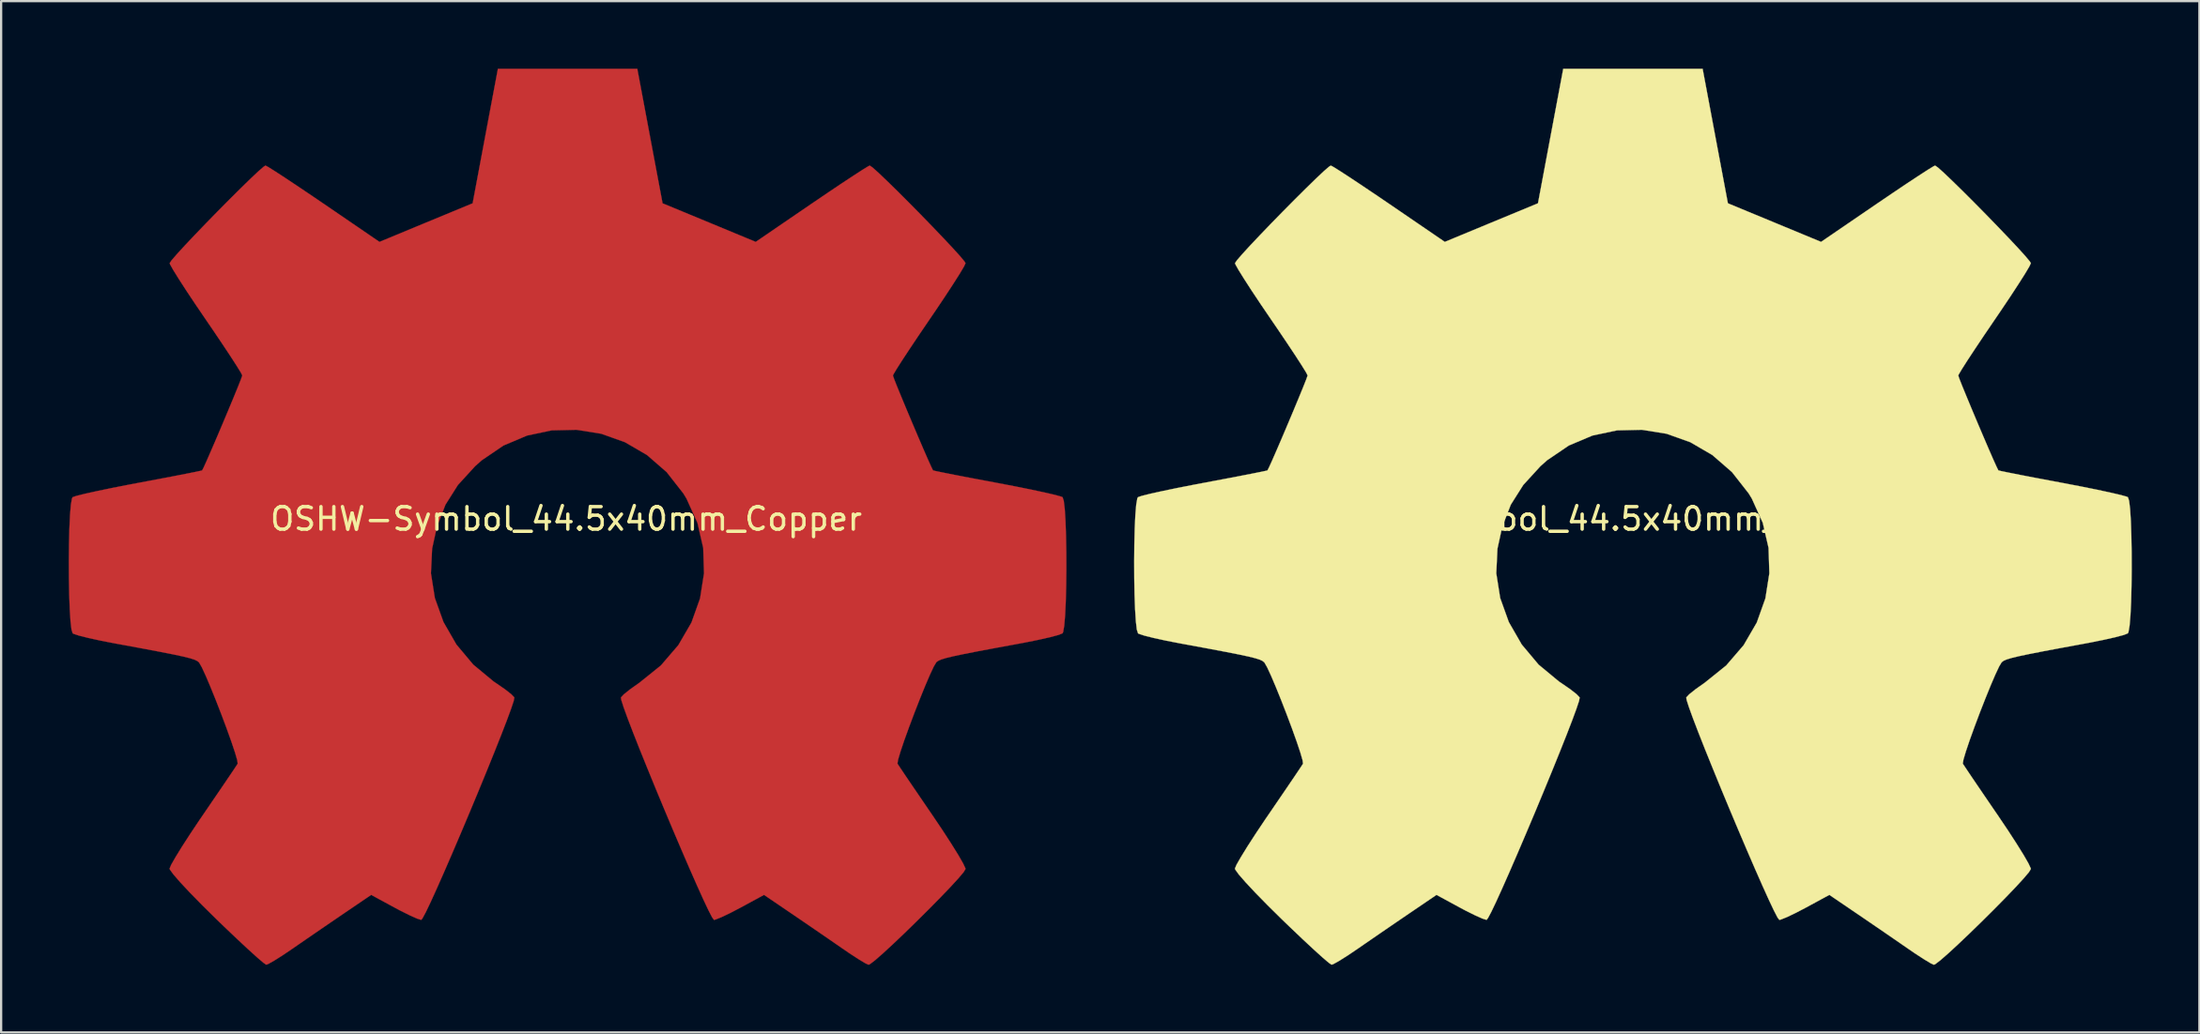
<source format=kicad_pcb>
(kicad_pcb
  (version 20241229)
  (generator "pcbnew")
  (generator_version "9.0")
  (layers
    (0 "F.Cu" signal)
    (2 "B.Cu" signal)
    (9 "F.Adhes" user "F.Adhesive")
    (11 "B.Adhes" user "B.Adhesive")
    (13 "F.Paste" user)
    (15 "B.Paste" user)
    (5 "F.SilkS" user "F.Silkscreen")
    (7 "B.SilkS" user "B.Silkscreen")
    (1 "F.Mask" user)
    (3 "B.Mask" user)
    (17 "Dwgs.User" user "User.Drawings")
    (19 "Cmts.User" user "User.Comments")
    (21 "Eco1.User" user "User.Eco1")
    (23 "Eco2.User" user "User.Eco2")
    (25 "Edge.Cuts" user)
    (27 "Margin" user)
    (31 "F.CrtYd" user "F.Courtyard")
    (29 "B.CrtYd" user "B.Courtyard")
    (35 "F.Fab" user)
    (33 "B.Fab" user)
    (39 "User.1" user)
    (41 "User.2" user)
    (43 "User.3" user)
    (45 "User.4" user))
  (footprint "OSHW-Symbol_44.5x40mm_Copper"
    (layer "F.Cu")
    (at 22.072 19.989)
    (property "Reference" "OSHW-Symbol_44.5x40mm_Copper" (at 0 0 0) (layer "F.SilkS") (effects (font (size 1 1) (thickness 0.15))))
    (attr exclude_from_pos_files exclude_from_bom allow_missing_courtyard)
    (fp_poly (pts (xy 3.714 -16.998) (xy 4.275 -14.012) (xy 6.342 -13.156) (xy 8.409 -12.299) (xy 10.888 -13.994) (xy 11.583 -14.466) (xy 12.21 -14.887) (xy 12.742 -15.238) (xy 13.148 -15.501) (xy 13.4 -15.655) (xy 13.469 -15.688) (xy 13.592 -15.603) (xy 13.857 -15.366) (xy 14.231 -15.009) (xy 14.688 -14.562) (xy 15.196 -14.054) (xy 15.726 -13.516) (xy 16.248 -12.978) (xy 16.733 -12.47) (xy 17.152 -12.023) (xy 17.475 -11.666) (xy 17.671 -11.431) (xy 17.718 -11.352) (xy 17.65 -11.207) (xy 17.461 -10.888) (xy 17.169 -10.428) (xy 16.796 -9.857) (xy 16.36 -9.207) (xy 16.107 -8.835) (xy 15.647 -8.158) (xy 15.238 -7.546) (xy 14.9 -7.032) (xy 14.653 -6.644) (xy 14.517 -6.413) (xy 14.497 -6.365) (xy 14.543 -6.227) (xy 14.669 -5.906) (xy 14.857 -5.448) (xy 15.086 -4.896) (xy 15.338 -4.296) (xy 15.594 -3.694) (xy 15.834 -3.134) (xy 16.04 -2.661) (xy 16.193 -2.322) (xy 16.273 -2.159) (xy 16.278 -2.153) (xy 16.403 -2.122) (xy 16.738 -2.053) (xy 17.247 -1.952) (xy 17.896 -1.827) (xy 18.65 -1.685) (xy 19.089 -1.602) (xy 19.895 -1.448) (xy 20.622 -1.302) (xy 21.235 -1.17) (xy 21.696 -1.063) (xy 21.969 -0.987) (xy 22.024 -0.963) (xy 22.077 -0.799) (xy 22.121 -0.43) (xy 22.154 0.101) (xy 22.176 0.752) (xy 22.189 1.479) (xy 22.191 2.239) (xy 22.183 2.989) (xy 22.165 3.686) (xy 22.136 4.286) (xy 22.097 4.747) (xy 22.049 5.025) (xy 22.02 5.082) (xy 21.845 5.152) (xy 21.475 5.251) (xy 20.958 5.368) (xy 20.344 5.492) (xy 20.13 5.532) (xy 19.097 5.722) (xy 18.28 5.875) (xy 17.654 5.998) (xy 17.191 6.095) (xy 16.864 6.174) (xy 16.646 6.24) (xy 16.511 6.299) (xy 16.431 6.358) (xy 16.42 6.37) (xy 16.308 6.557) (xy 16.137 6.922) (xy 15.924 7.419) (xy 15.687 8.005) (xy 15.441 8.634) (xy 15.206 9.261) (xy 14.996 9.843) (xy 14.831 10.334) (xy 14.726 10.689) (xy 14.698 10.865) (xy 14.7 10.871) (xy 14.794 11.014) (xy 15.005 11.33) (xy 15.313 11.785) (xy 15.695 12.346) (xy 16.128 12.981) (xy 16.252 13.162) (xy 16.692 13.816) (xy 17.079 14.413) (xy 17.393 14.918) (xy 17.611 15.298) (xy 17.713 15.517) (xy 17.718 15.544) (xy 17.632 15.686) (xy 17.395 15.966) (xy 17.037 16.356) (xy 16.588 16.824) (xy 16.08 17.34) (xy 15.542 17.875) (xy 15.005 18.398) (xy 14.5 18.879) (xy 14.057 19.288) (xy 13.706 19.595) (xy 13.479 19.769) (xy 13.416 19.797) (xy 13.27 19.73) (xy 12.97 19.549) (xy 12.566 19.286) (xy 12.255 19.073) (xy 11.692 18.684) (xy 11.024 18.225) (xy 10.355 17.767) (xy 9.995 17.522) (xy 8.777 16.694) (xy 7.755 17.249) (xy 7.289 17.493) (xy 6.893 17.682) (xy 6.625 17.79) (xy 6.557 17.805) (xy 6.475 17.694) (xy 6.313 17.381) (xy 6.083 16.894) (xy 5.798 16.263) (xy 5.469 15.516) (xy 5.109 14.682) (xy 4.729 13.79) (xy 4.342 12.869) (xy 3.96 11.949) (xy 3.595 11.056) (xy 3.258 10.222) (xy 2.963 9.474) (xy 2.721 8.841) (xy 2.544 8.353) (xy 2.444 8.038) (xy 2.428 7.93) (xy 2.555 7.792) (xy 2.834 7.568) (xy 3.206 7.305) (xy 3.237 7.284) (xy 4.199 6.51) (xy 4.974 5.608) (xy 5.556 4.606) (xy 5.939 3.532) (xy 6.115 2.416) (xy 6.079 1.286) (xy 5.822 0.172) (xy 5.339 -0.898) (xy 5.197 -1.132) (xy 4.457 -2.077) (xy 3.584 -2.836) (xy 2.607 -3.405) (xy 1.556 -3.78) (xy 0.462 -3.956) (xy -0.646 -3.931) (xy -1.736 -3.7) (xy -2.78 -3.259) (xy -3.745 -2.604) (xy -4.044 -2.338) (xy -4.804 -1.506) (xy -5.358 -0.63) (xy -5.738 0.351) (xy -5.95 1.324) (xy -6.002 2.417) (xy -5.828 3.515) (xy -5.445 4.582) (xy -4.871 5.58) (xy -4.123 6.472) (xy -3.22 7.221) (xy -3.102 7.3) (xy -2.726 7.559) (xy -2.44 7.783) (xy -2.303 7.926) (xy -2.301 7.93) (xy -2.33 8.085) (xy -2.447 8.436) (xy -2.638 8.955) (xy -2.892 9.612) (xy -3.197 10.379) (xy -3.54 11.227) (xy -3.91 12.127) (xy -4.294 13.05) (xy -4.681 13.967) (xy -5.058 14.85) (xy -5.413 15.669) (xy -5.734 16.396) (xy -6.009 17.001) (xy -6.226 17.456) (xy -6.374 17.732) (xy -6.433 17.805) (xy -6.614 17.748) (xy -6.952 17.597) (xy -7.39 17.378) (xy -7.631 17.249) (xy -8.653 16.694) (xy -9.871 17.522) (xy -10.493 17.946) (xy -11.174 18.413) (xy -11.812 18.852) (xy -12.131 19.073) (xy -12.581 19.377) (xy -12.961 19.617) (xy -13.223 19.764) (xy -13.308 19.795) (xy -13.432 19.711) (xy -13.706 19.477) (xy -14.104 19.117) (xy -14.599 18.656) (xy -15.165 18.117) (xy -15.522 17.772) (xy -16.148 17.154) (xy -16.689 16.601) (xy -17.123 16.137) (xy -17.428 15.786) (xy -17.583 15.571) (xy -17.598 15.527) (xy -17.529 15.361) (xy -17.338 15.026) (xy -17.048 14.554) (xy -16.678 13.981) (xy -16.25 13.34) (xy -16.128 13.162) (xy -15.684 12.512) (xy -15.286 11.928) (xy -14.956 11.441) (xy -14.716 11.084) (xy -14.589 10.891) (xy -14.576 10.871) (xy -14.595 10.717) (xy -14.693 10.378) (xy -14.853 9.899) (xy -15.058 9.325) (xy -15.292 8.7) (xy -15.537 8.069) (xy -15.776 7.477) (xy -15.992 6.968) (xy -16.168 6.588) (xy -16.287 6.38) (xy -16.296 6.37) (xy -16.368 6.31) (xy -16.491 6.251) (xy -16.691 6.187) (xy -16.995 6.111) (xy -17.43 6.018) (xy -18.024 5.901) (xy -18.802 5.754) (xy -19.792 5.571) (xy -20.006 5.532) (xy -20.641 5.409) (xy -21.195 5.288) (xy -21.619 5.182) (xy -21.863 5.101) (xy -21.896 5.082) (xy -21.95 4.916) (xy -21.993 4.545) (xy -22.027 4.012) (xy -22.051 3.36) (xy -22.064 2.632) (xy -22.067 1.872) (xy -22.06 1.122) (xy -22.043 0.427) (xy -22.015 -0.172) (xy -21.977 -0.631) (xy -21.929 -0.906) (xy -21.9 -0.963) (xy -21.738 -1.019) (xy -21.368 -1.112) (xy -20.828 -1.232) (xy -20.155 -1.372) (xy -19.385 -1.523) (xy -18.965 -1.602) (xy -18.169 -1.752) (xy -17.46 -1.887) (xy -16.871 -2.002) (xy -16.437 -2.089) (xy -16.194 -2.141) (xy -16.154 -2.153) (xy -16.086 -2.284) (xy -15.943 -2.6) (xy -15.744 -3.056) (xy -15.507 -3.606) (xy -15.253 -4.205) (xy -14.999 -4.809) (xy -14.765 -5.372) (xy -14.57 -5.848) (xy -14.433 -6.194) (xy -14.374 -6.363) (xy -14.373 -6.371) (xy -14.44 -6.504) (xy -14.63 -6.811) (xy -14.921 -7.262) (xy -15.295 -7.825) (xy -15.73 -8.47) (xy -15.983 -8.84) (xy -16.445 -9.52) (xy -16.855 -10.136) (xy -17.193 -10.66) (xy -17.44 -11.058) (xy -17.575 -11.299) (xy -17.594 -11.354) (xy -17.51 -11.48) (xy -17.278 -11.749) (xy -16.928 -12.132) (xy -16.489 -12.597) (xy -15.991 -13.116) (xy -15.464 -13.656) (xy -14.936 -14.189) (xy -14.438 -14.684) (xy -14 -15.111) (xy -13.651 -15.44) (xy -13.42 -15.64) (xy -13.342 -15.688) (xy -13.217 -15.621) (xy -12.916 -15.432) (xy -12.469 -15.141) (xy -11.906 -14.766) (xy -11.255 -14.328) (xy -10.764 -13.994) (xy -8.285 -12.299) (xy -6.218 -13.156) (xy -4.151 -14.012) (xy -3.591 -16.998) (xy -3.03 -19.984) (xy 3.154 -19.984) (xy 3.714 -16.998)) (stroke (width 0.01) (type solid)) (fill yes) (layer "F.Cu")))
  (footprint "OSHW-Symbol_44.5x40mm_SilkScreen"
    (layer "F.Cu")
    (at 69.34 19.989)
    (property "Reference" "OSHW-Symbol_44.5x40mm_SilkScreen" (at 0 0 0) (layer "F.SilkS") (effects (font (size 1 1) (thickness 0.15))))
    (attr exclude_from_pos_files exclude_from_bom allow_missing_courtyard)
    (fp_poly (pts (xy 3.714 -16.998) (xy 4.275 -14.012) (xy 6.342 -13.156) (xy 8.409 -12.299) (xy 10.888 -13.994) (xy 11.583 -14.466) (xy 12.21 -14.887) (xy 12.742 -15.238) (xy 13.148 -15.501) (xy 13.4 -15.655) (xy 13.469 -15.688) (xy 13.592 -15.603) (xy 13.857 -15.366) (xy 14.231 -15.009) (xy 14.688 -14.562) (xy 15.196 -14.054) (xy 15.726 -13.516) (xy 16.248 -12.978) (xy 16.733 -12.47) (xy 17.152 -12.023) (xy 17.475 -11.666) (xy 17.671 -11.431) (xy 17.718 -11.352) (xy 17.65 -11.207) (xy 17.461 -10.888) (xy 17.169 -10.428) (xy 16.796 -9.857) (xy 16.36 -9.207) (xy 16.107 -8.835) (xy 15.647 -8.158) (xy 15.238 -7.546) (xy 14.9 -7.032) (xy 14.653 -6.644) (xy 14.517 -6.413) (xy 14.497 -6.365) (xy 14.543 -6.227) (xy 14.669 -5.906) (xy 14.857 -5.448) (xy 15.086 -4.896) (xy 15.338 -4.296) (xy 15.594 -3.694) (xy 15.834 -3.134) (xy 16.04 -2.661) (xy 16.193 -2.322) (xy 16.273 -2.159) (xy 16.278 -2.153) (xy 16.403 -2.122) (xy 16.738 -2.053) (xy 17.247 -1.952) (xy 17.896 -1.827) (xy 18.65 -1.685) (xy 19.089 -1.602) (xy 19.895 -1.448) (xy 20.622 -1.302) (xy 21.235 -1.17) (xy 21.696 -1.063) (xy 21.969 -0.987) (xy 22.024 -0.963) (xy 22.077 -0.799) (xy 22.121 -0.43) (xy 22.154 0.101) (xy 22.176 0.752) (xy 22.189 1.479) (xy 22.191 2.239) (xy 22.183 2.989) (xy 22.165 3.686) (xy 22.136 4.286) (xy 22.097 4.747) (xy 22.049 5.025) (xy 22.02 5.082) (xy 21.845 5.152) (xy 21.475 5.251) (xy 20.958 5.368) (xy 20.344 5.492) (xy 20.13 5.532) (xy 19.097 5.722) (xy 18.28 5.875) (xy 17.654 5.998) (xy 17.191 6.095) (xy 16.864 6.174) (xy 16.646 6.24) (xy 16.511 6.299) (xy 16.431 6.358) (xy 16.42 6.37) (xy 16.308 6.557) (xy 16.137 6.922) (xy 15.924 7.419) (xy 15.687 8.005) (xy 15.441 8.634) (xy 15.206 9.261) (xy 14.996 9.843) (xy 14.831 10.334) (xy 14.726 10.689) (xy 14.698 10.865) (xy 14.7 10.871) (xy 14.794 11.014) (xy 15.005 11.33) (xy 15.313 11.785) (xy 15.695 12.346) (xy 16.128 12.981) (xy 16.252 13.162) (xy 16.692 13.816) (xy 17.079 14.413) (xy 17.393 14.918) (xy 17.611 15.298) (xy 17.713 15.517) (xy 17.718 15.544) (xy 17.632 15.686) (xy 17.395 15.966) (xy 17.037 16.356) (xy 16.588 16.824) (xy 16.08 17.34) (xy 15.542 17.875) (xy 15.005 18.398) (xy 14.5 18.879) (xy 14.057 19.288) (xy 13.706 19.595) (xy 13.479 19.769) (xy 13.416 19.797) (xy 13.27 19.73) (xy 12.97 19.549) (xy 12.566 19.286) (xy 12.255 19.073) (xy 11.692 18.684) (xy 11.024 18.225) (xy 10.355 17.767) (xy 9.995 17.522) (xy 8.777 16.694) (xy 7.755 17.249) (xy 7.289 17.493) (xy 6.893 17.682) (xy 6.625 17.79) (xy 6.557 17.805) (xy 6.475 17.694) (xy 6.313 17.381) (xy 6.083 16.894) (xy 5.798 16.263) (xy 5.469 15.516) (xy 5.109 14.682) (xy 4.729 13.79) (xy 4.342 12.869) (xy 3.96 11.949) (xy 3.595 11.056) (xy 3.258 10.222) (xy 2.963 9.474) (xy 2.721 8.841) (xy 2.544 8.353) (xy 2.444 8.038) (xy 2.428 7.93) (xy 2.555 7.792) (xy 2.834 7.568) (xy 3.206 7.305) (xy 3.237 7.284) (xy 4.199 6.51) (xy 4.974 5.608) (xy 5.556 4.606) (xy 5.939 3.532) (xy 6.115 2.416) (xy 6.079 1.286) (xy 5.822 0.172) (xy 5.339 -0.898) (xy 5.197 -1.132) (xy 4.457 -2.077) (xy 3.584 -2.836) (xy 2.607 -3.405) (xy 1.556 -3.78) (xy 0.462 -3.956) (xy -0.646 -3.931) (xy -1.736 -3.7) (xy -2.78 -3.259) (xy -3.745 -2.604) (xy -4.044 -2.338) (xy -4.804 -1.506) (xy -5.358 -0.63) (xy -5.738 0.351) (xy -5.95 1.324) (xy -6.002 2.417) (xy -5.828 3.515) (xy -5.445 4.582) (xy -4.871 5.58) (xy -4.123 6.472) (xy -3.22 7.221) (xy -3.102 7.3) (xy -2.726 7.559) (xy -2.44 7.783) (xy -2.303 7.926) (xy -2.301 7.93) (xy -2.33 8.085) (xy -2.447 8.436) (xy -2.638 8.955) (xy -2.892 9.612) (xy -3.197 10.379) (xy -3.54 11.227) (xy -3.91 12.127) (xy -4.294 13.05) (xy -4.681 13.967) (xy -5.058 14.85) (xy -5.413 15.669) (xy -5.734 16.396) (xy -6.009 17.001) (xy -6.226 17.456) (xy -6.374 17.732) (xy -6.433 17.805) (xy -6.614 17.748) (xy -6.952 17.597) (xy -7.39 17.378) (xy -7.631 17.249) (xy -8.653 16.694) (xy -9.871 17.522) (xy -10.493 17.946) (xy -11.174 18.413) (xy -11.812 18.852) (xy -12.131 19.073) (xy -12.581 19.377) (xy -12.961 19.617) (xy -13.223 19.764) (xy -13.308 19.795) (xy -13.432 19.711) (xy -13.706 19.477) (xy -14.104 19.117) (xy -14.599 18.656) (xy -15.165 18.117) (xy -15.522 17.772) (xy -16.148 17.154) (xy -16.689 16.601) (xy -17.123 16.137) (xy -17.428 15.786) (xy -17.583 15.571) (xy -17.598 15.527) (xy -17.529 15.361) (xy -17.338 15.026) (xy -17.048 14.554) (xy -16.678 13.981) (xy -16.25 13.34) (xy -16.128 13.162) (xy -15.684 12.512) (xy -15.286 11.928) (xy -14.956 11.441) (xy -14.716 11.084) (xy -14.589 10.891) (xy -14.576 10.871) (xy -14.595 10.717) (xy -14.693 10.378) (xy -14.853 9.899) (xy -15.058 9.325) (xy -15.292 8.7) (xy -15.537 8.069) (xy -15.776 7.477) (xy -15.992 6.968) (xy -16.168 6.588) (xy -16.287 6.38) (xy -16.296 6.37) (xy -16.368 6.31) (xy -16.491 6.251) (xy -16.691 6.187) (xy -16.995 6.111) (xy -17.43 6.018) (xy -18.024 5.901) (xy -18.802 5.754) (xy -19.792 5.571) (xy -20.006 5.532) (xy -20.641 5.409) (xy -21.195 5.288) (xy -21.619 5.182) (xy -21.863 5.101) (xy -21.896 5.082) (xy -21.95 4.916) (xy -21.993 4.545) (xy -22.027 4.012) (xy -22.051 3.36) (xy -22.064 2.632) (xy -22.067 1.872) (xy -22.06 1.122) (xy -22.043 0.427) (xy -22.015 -0.172) (xy -21.977 -0.631) (xy -21.929 -0.906) (xy -21.9 -0.963) (xy -21.738 -1.019) (xy -21.368 -1.112) (xy -20.828 -1.232) (xy -20.155 -1.372) (xy -19.385 -1.523) (xy -18.965 -1.602) (xy -18.169 -1.752) (xy -17.46 -1.887) (xy -16.871 -2.002) (xy -16.437 -2.089) (xy -16.194 -2.141) (xy -16.154 -2.153) (xy -16.086 -2.284) (xy -15.943 -2.6) (xy -15.744 -3.056) (xy -15.507 -3.606) (xy -15.253 -4.205) (xy -14.999 -4.809) (xy -14.765 -5.372) (xy -14.57 -5.848) (xy -14.433 -6.194) (xy -14.374 -6.363) (xy -14.373 -6.371) (xy -14.44 -6.504) (xy -14.63 -6.811) (xy -14.921 -7.262) (xy -15.295 -7.825) (xy -15.73 -8.47) (xy -15.983 -8.84) (xy -16.445 -9.52) (xy -16.855 -10.136) (xy -17.193 -10.66) (xy -17.44 -11.058) (xy -17.575 -11.299) (xy -17.594 -11.354) (xy -17.51 -11.48) (xy -17.278 -11.749) (xy -16.928 -12.132) (xy -16.489 -12.597) (xy -15.991 -13.116) (xy -15.464 -13.656) (xy -14.936 -14.189) (xy -14.438 -14.684) (xy -14 -15.111) (xy -13.651 -15.44) (xy -13.42 -15.64) (xy -13.342 -15.688) (xy -13.217 -15.621) (xy -12.916 -15.432) (xy -12.469 -15.141) (xy -11.906 -14.766) (xy -11.255 -14.328) (xy -10.764 -13.994) (xy -8.285 -12.299) (xy -6.218 -13.156) (xy -4.151 -14.012) (xy -3.591 -16.998) (xy -3.03 -19.984) (xy 3.154 -19.984) (xy 3.714 -16.998)) (stroke (width 0.01) (type solid)) (fill yes) (layer "F.SilkS")))
  (gr_rect
    (start -3 -3)
    (end 94.536 42.791)
    (stroke (width 0.1) (type default))
    (fill no)
    (layer "Edge.Cuts")))
</source>
